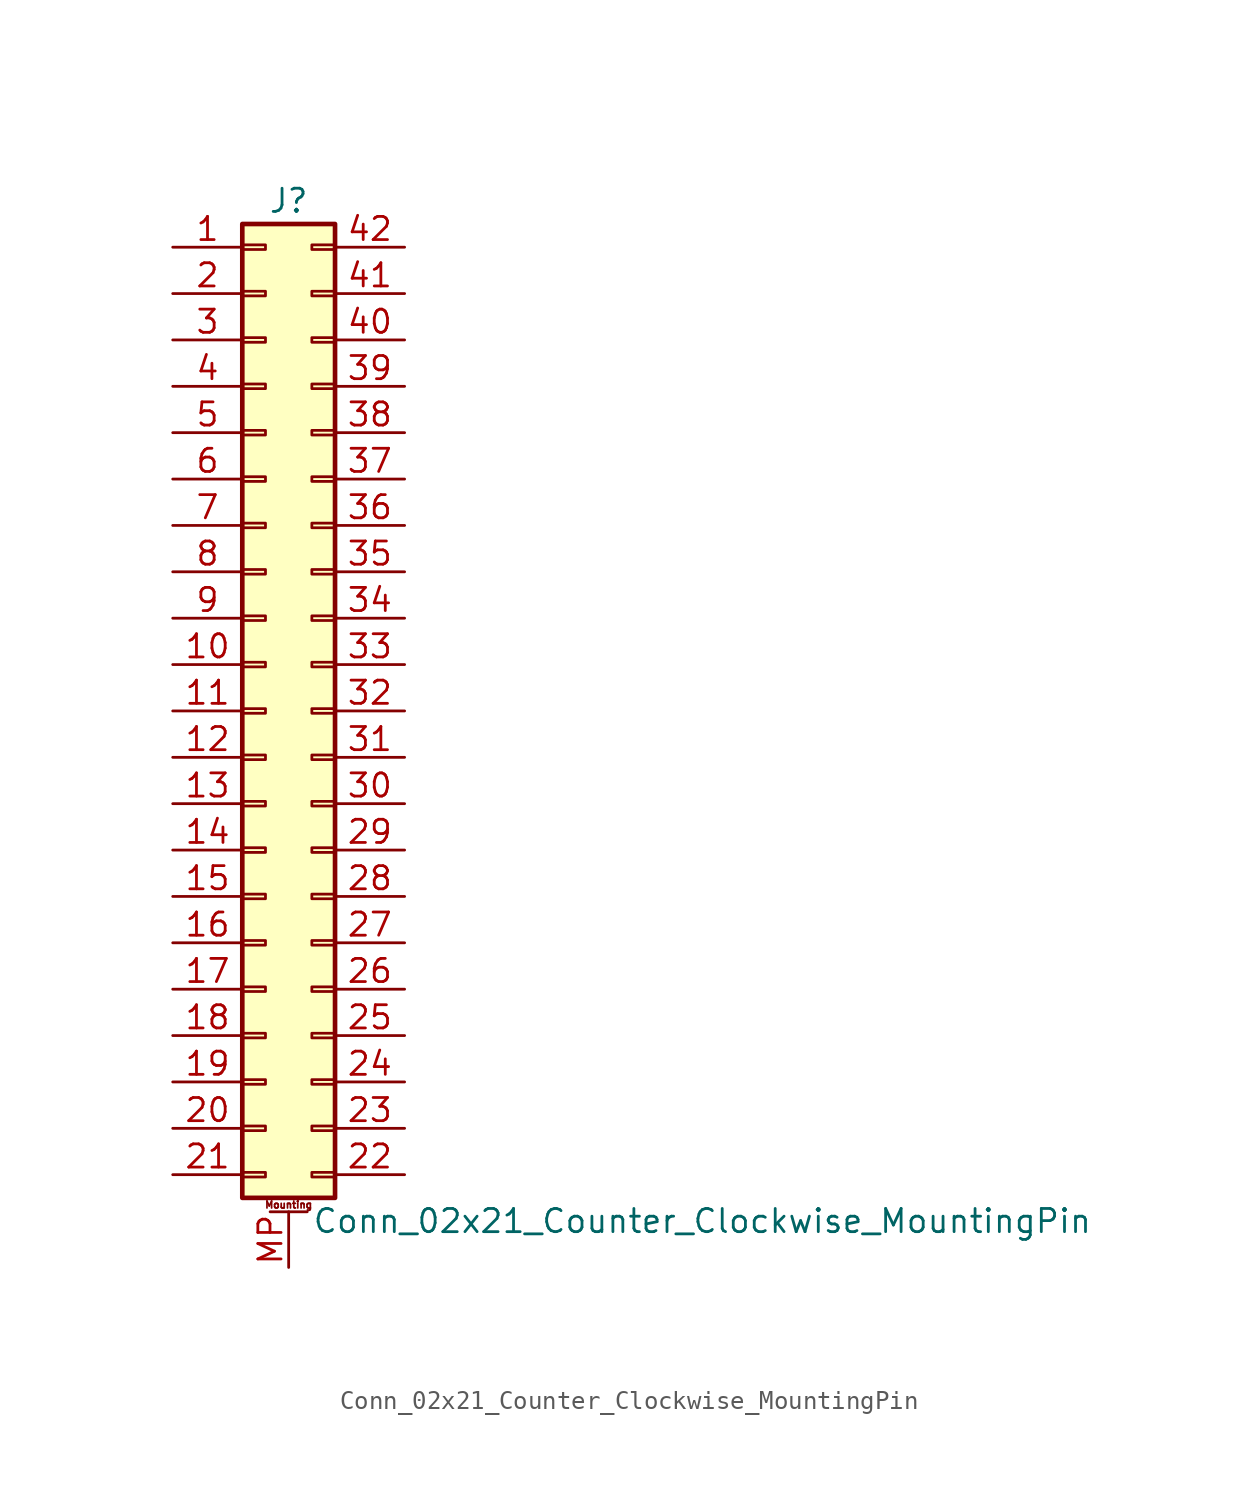
<source format=kicad_sym>
(kicad_symbol_lib
  (version 20220914)
  (generator kicad_symbol_editor)
  (symbol "Conn_02x21_Counter_Clockwise_MountingPin"
    (pin_names
      (offset 1.016) hide)
    (property "Reference" "J"
      (at 1.27 27.94 0)
      (effects (font (size 1.27 1.27))))
    (property "Value" "Conn_02x21_Counter_Clockwise_MountingPin"
      (at 2.54 -27.94 0)
      (effects (font (size 1.27 1.27)) (justify left)))
    (symbol "Conn_02x21_Counter_Clockwise_MountingPin_1_1"
      (rectangle (start -1.27 -25.273) (end 0 -25.527) (stroke (width 0.152) (type default)) (fill (type none)))
      (rectangle (start -1.27 -22.733) (end 0 -22.987) (stroke (width 0.152) (type default)) (fill (type none)))
      (rectangle (start -1.27 -20.193) (end 0 -20.447) (stroke (width 0.152) (type default)) (fill (type none)))
      (rectangle (start -1.27 -17.653) (end 0 -17.907) (stroke (width 0.152) (type default)) (fill (type none)))
      (rectangle (start -1.27 -15.113) (end 0 -15.367) (stroke (width 0.152) (type default)) (fill (type none)))
      (rectangle (start -1.27 -12.573) (end 0 -12.827) (stroke (width 0.152) (type default)) (fill (type none)))
      (rectangle (start -1.27 -10.033) (end 0 -10.287) (stroke (width 0.152) (type default)) (fill (type none)))
      (rectangle (start -1.27 -7.493) (end 0 -7.747) (stroke (width 0.152) (type default)) (fill (type none)))
      (rectangle (start -1.27 -4.953) (end 0 -5.207) (stroke (width 0.152) (type default)) (fill (type none)))
      (rectangle (start -1.27 -2.413) (end 0 -2.667) (stroke (width 0.152) (type default)) (fill (type none)))
      (rectangle (start -1.27 0.127) (end 0 -0.127) (stroke (width 0.152) (type default)) (fill (type none)))
      (rectangle (start -1.27 2.667) (end 0 2.413) (stroke (width 0.152) (type default)) (fill (type none)))
      (rectangle (start -1.27 5.207) (end 0 4.953) (stroke (width 0.152) (type default)) (fill (type none)))
      (rectangle (start -1.27 7.747) (end 0 7.493) (stroke (width 0.152) (type default)) (fill (type none)))
      (rectangle (start -1.27 10.287) (end 0 10.033) (stroke (width 0.152) (type default)) (fill (type none)))
      (rectangle (start -1.27 12.827) (end 0 12.573) (stroke (width 0.152) (type default)) (fill (type none)))
      (rectangle (start -1.27 15.367) (end 0 15.113) (stroke (width 0.152) (type default)) (fill (type none)))
      (rectangle (start -1.27 17.907) (end 0 17.653) (stroke (width 0.152) (type default)) (fill (type none)))
      (rectangle (start -1.27 20.447) (end 0 20.193) (stroke (width 0.152) (type default)) (fill (type none)))
      (rectangle (start -1.27 22.987) (end 0 22.733) (stroke (width 0.152) (type default)) (fill (type none)))
      (rectangle (start -1.27 25.527) (end 0 25.273) (stroke (width 0.152) (type default)) (fill (type none)))
      (rectangle (start -1.27 26.67) (end 3.81 -26.67) (stroke (width 0.254) (type default)) (fill (type background)))
      (polyline (pts (xy 0.254 -27.432) (xy 2.286 -27.432)) (stroke (width 0.152) (type default)) (fill (type none)))
      (rectangle (start 3.81 -25.273) (end 2.54 -25.527) (stroke (width 0.152) (type default)) (fill (type none)))
      (rectangle (start 3.81 -22.733) (end 2.54 -22.987) (stroke (width 0.152) (type default)) (fill (type none)))
      (rectangle (start 3.81 -20.193) (end 2.54 -20.447) (stroke (width 0.152) (type default)) (fill (type none)))
      (rectangle (start 3.81 -17.653) (end 2.54 -17.907) (stroke (width 0.152) (type default)) (fill (type none)))
      (rectangle (start 3.81 -15.113) (end 2.54 -15.367) (stroke (width 0.152) (type default)) (fill (type none)))
      (rectangle (start 3.81 -12.573) (end 2.54 -12.827) (stroke (width 0.152) (type default)) (fill (type none)))
      (rectangle (start 3.81 -10.033) (end 2.54 -10.287) (stroke (width 0.152) (type default)) (fill (type none)))
      (rectangle (start 3.81 -7.493) (end 2.54 -7.747) (stroke (width 0.152) (type default)) (fill (type none)))
      (rectangle (start 3.81 -4.953) (end 2.54 -5.207) (stroke (width 0.152) (type default)) (fill (type none)))
      (rectangle (start 3.81 -2.413) (end 2.54 -2.667) (stroke (width 0.152) (type default)) (fill (type none)))
      (rectangle (start 3.81 0.127) (end 2.54 -0.127) (stroke (width 0.152) (type default)) (fill (type none)))
      (rectangle (start 3.81 2.667) (end 2.54 2.413) (stroke (width 0.152) (type default)) (fill (type none)))
      (rectangle (start 3.81 5.207) (end 2.54 4.953) (stroke (width 0.152) (type default)) (fill (type none)))
      (rectangle (start 3.81 7.747) (end 2.54 7.493) (stroke (width 0.152) (type default)) (fill (type none)))
      (rectangle (start 3.81 10.287) (end 2.54 10.033) (stroke (width 0.152) (type default)) (fill (type none)))
      (rectangle (start 3.81 12.827) (end 2.54 12.573) (stroke (width 0.152) (type default)) (fill (type none)))
      (rectangle (start 3.81 15.367) (end 2.54 15.113) (stroke (width 0.152) (type default)) (fill (type none)))
      (rectangle (start 3.81 17.907) (end 2.54 17.653) (stroke (width 0.152) (type default)) (fill (type none)))
      (rectangle (start 3.81 20.447) (end 2.54 20.193) (stroke (width 0.152) (type default)) (fill (type none)))
      (rectangle (start 3.81 22.987) (end 2.54 22.733) (stroke (width 0.152) (type default)) (fill (type none)))
      (rectangle (start 3.81 25.527) (end 2.54 25.273) (stroke (width 0.152) (type default)) (fill (type none)))
      (text "Mounting" (at 1.27 -27.051 0) (effects (font (size 0.381 0.381))))
      (pin passive line (at -5.08 25.4 0) (length 3.81) (name "Pin_1" (effects (font (size 1.27 1.27)))) (number "1" (effects (font (size 1.27 1.27)))))
      (pin passive line (at -5.08 2.54 0) (length 3.81) (name "Pin_10" (effects (font (size 1.27 1.27)))) (number "10" (effects (font (size 1.27 1.27)))))
      (pin passive line (at -5.08 0 0) (length 3.81) (name "Pin_11" (effects (font (size 1.27 1.27)))) (number "11" (effects (font (size 1.27 1.27)))))
      (pin passive line (at -5.08 -2.54 0) (length 3.81) (name "Pin_12" (effects (font (size 1.27 1.27)))) (number "12" (effects (font (size 1.27 1.27)))))
      (pin passive line (at -5.08 -5.08 0) (length 3.81) (name "Pin_13" (effects (font (size 1.27 1.27)))) (number "13" (effects (font (size 1.27 1.27)))))
      (pin passive line (at -5.08 -7.62 0) (length 3.81) (name "Pin_14" (effects (font (size 1.27 1.27)))) (number "14" (effects (font (size 1.27 1.27)))))
      (pin passive line (at -5.08 -10.16 0) (length 3.81) (name "Pin_15" (effects (font (size 1.27 1.27)))) (number "15" (effects (font (size 1.27 1.27)))))
      (pin passive line (at -5.08 -12.7 0) (length 3.81) (name "Pin_16" (effects (font (size 1.27 1.27)))) (number "16" (effects (font (size 1.27 1.27)))))
      (pin passive line (at -5.08 -15.24 0) (length 3.81) (name "Pin_17" (effects (font (size 1.27 1.27)))) (number "17" (effects (font (size 1.27 1.27)))))
      (pin passive line (at -5.08 -17.78 0) (length 3.81) (name "Pin_18" (effects (font (size 1.27 1.27)))) (number "18" (effects (font (size 1.27 1.27)))))
      (pin passive line (at -5.08 -20.32 0) (length 3.81) (name "Pin_19" (effects (font (size 1.27 1.27)))) (number "19" (effects (font (size 1.27 1.27)))))
      (pin passive line (at -5.08 22.86 0) (length 3.81) (name "Pin_2" (effects (font (size 1.27 1.27)))) (number "2" (effects (font (size 1.27 1.27)))))
      (pin passive line (at -5.08 -22.86 0) (length 3.81) (name "Pin_20" (effects (font (size 1.27 1.27)))) (number "20" (effects (font (size 1.27 1.27)))))
      (pin passive line (at -5.08 -25.4 0) (length 3.81) (name "Pin_21" (effects (font (size 1.27 1.27)))) (number "21" (effects (font (size 1.27 1.27)))))
      (pin passive line (at 7.62 -25.4 180) (length 3.81) (name "Pin_22" (effects (font (size 1.27 1.27)))) (number "22" (effects (font (size 1.27 1.27)))))
      (pin passive line (at 7.62 -22.86 180) (length 3.81) (name "Pin_23" (effects (font (size 1.27 1.27)))) (number "23" (effects (font (size 1.27 1.27)))))
      (pin passive line (at 7.62 -20.32 180) (length 3.81) (name "Pin_24" (effects (font (size 1.27 1.27)))) (number "24" (effects (font (size 1.27 1.27)))))
      (pin passive line (at 7.62 -17.78 180) (length 3.81) (name "Pin_25" (effects (font (size 1.27 1.27)))) (number "25" (effects (font (size 1.27 1.27)))))
      (pin passive line (at 7.62 -15.24 180) (length 3.81) (name "Pin_26" (effects (font (size 1.27 1.27)))) (number "26" (effects (font (size 1.27 1.27)))))
      (pin passive line (at 7.62 -12.7 180) (length 3.81) (name "Pin_27" (effects (font (size 1.27 1.27)))) (number "27" (effects (font (size 1.27 1.27)))))
      (pin passive line (at 7.62 -10.16 180) (length 3.81) (name "Pin_28" (effects (font (size 1.27 1.27)))) (number "28" (effects (font (size 1.27 1.27)))))
      (pin passive line (at 7.62 -7.62 180) (length 3.81) (name "Pin_29" (effects (font (size 1.27 1.27)))) (number "29" (effects (font (size 1.27 1.27)))))
      (pin passive line (at -5.08 20.32 0) (length 3.81) (name "Pin_3" (effects (font (size 1.27 1.27)))) (number "3" (effects (font (size 1.27 1.27)))))
      (pin passive line (at 7.62 -5.08 180) (length 3.81) (name "Pin_30" (effects (font (size 1.27 1.27)))) (number "30" (effects (font (size 1.27 1.27)))))
      (pin passive line (at 7.62 -2.54 180) (length 3.81) (name "Pin_31" (effects (font (size 1.27 1.27)))) (number "31" (effects (font (size 1.27 1.27)))))
      (pin passive line (at 7.62 0 180) (length 3.81) (name "Pin_32" (effects (font (size 1.27 1.27)))) (number "32" (effects (font (size 1.27 1.27)))))
      (pin passive line (at 7.62 2.54 180) (length 3.81) (name "Pin_33" (effects (font (size 1.27 1.27)))) (number "33" (effects (font (size 1.27 1.27)))))
      (pin passive line (at 7.62 5.08 180) (length 3.81) (name "Pin_34" (effects (font (size 1.27 1.27)))) (number "34" (effects (font (size 1.27 1.27)))))
      (pin passive line (at 7.62 7.62 180) (length 3.81) (name "Pin_35" (effects (font (size 1.27 1.27)))) (number "35" (effects (font (size 1.27 1.27)))))
      (pin passive line (at 7.62 10.16 180) (length 3.81) (name "Pin_36" (effects (font (size 1.27 1.27)))) (number "36" (effects (font (size 1.27 1.27)))))
      (pin passive line (at 7.62 12.7 180) (length 3.81) (name "Pin_37" (effects (font (size 1.27 1.27)))) (number "37" (effects (font (size 1.27 1.27)))))
      (pin passive line (at 7.62 15.24 180) (length 3.81) (name "Pin_38" (effects (font (size 1.27 1.27)))) (number "38" (effects (font (size 1.27 1.27)))))
      (pin passive line (at 7.62 17.78 180) (length 3.81) (name "Pin_39" (effects (font (size 1.27 1.27)))) (number "39" (effects (font (size 1.27 1.27)))))
      (pin passive line (at -5.08 17.78 0) (length 3.81) (name "Pin_4" (effects (font (size 1.27 1.27)))) (number "4" (effects (font (size 1.27 1.27)))))
      (pin passive line (at 7.62 20.32 180) (length 3.81) (name "Pin_40" (effects (font (size 1.27 1.27)))) (number "40" (effects (font (size 1.27 1.27)))))
      (pin passive line (at 7.62 22.86 180) (length 3.81) (name "Pin_41" (effects (font (size 1.27 1.27)))) (number "41" (effects (font (size 1.27 1.27)))))
      (pin passive line (at 7.62 25.4 180) (length 3.81) (name "Pin_42" (effects (font (size 1.27 1.27)))) (number "42" (effects (font (size 1.27 1.27)))))
      (pin passive line (at -5.08 15.24 0) (length 3.81) (name "Pin_5" (effects (font (size 1.27 1.27)))) (number "5" (effects (font (size 1.27 1.27)))))
      (pin passive line (at -5.08 12.7 0) (length 3.81) (name "Pin_6" (effects (font (size 1.27 1.27)))) (number "6" (effects (font (size 1.27 1.27)))))
      (pin passive line (at -5.08 10.16 0) (length 3.81) (name "Pin_7" (effects (font (size 1.27 1.27)))) (number "7" (effects (font (size 1.27 1.27)))))
      (pin passive line (at -5.08 7.62 0) (length 3.81) (name "Pin_8" (effects (font (size 1.27 1.27)))) (number "8" (effects (font (size 1.27 1.27)))))
      (pin passive line (at -5.08 5.08 0) (length 3.81) (name "Pin_9" (effects (font (size 1.27 1.27)))) (number "9" (effects (font (size 1.27 1.27)))))
      (pin passive line (at 1.27 -30.48 90) (length 3.048) (name "MountPin" (effects (font (size 1.27 1.27)))) (number "MP" (effects (font (size 1.27 1.27))))))))
</source>
